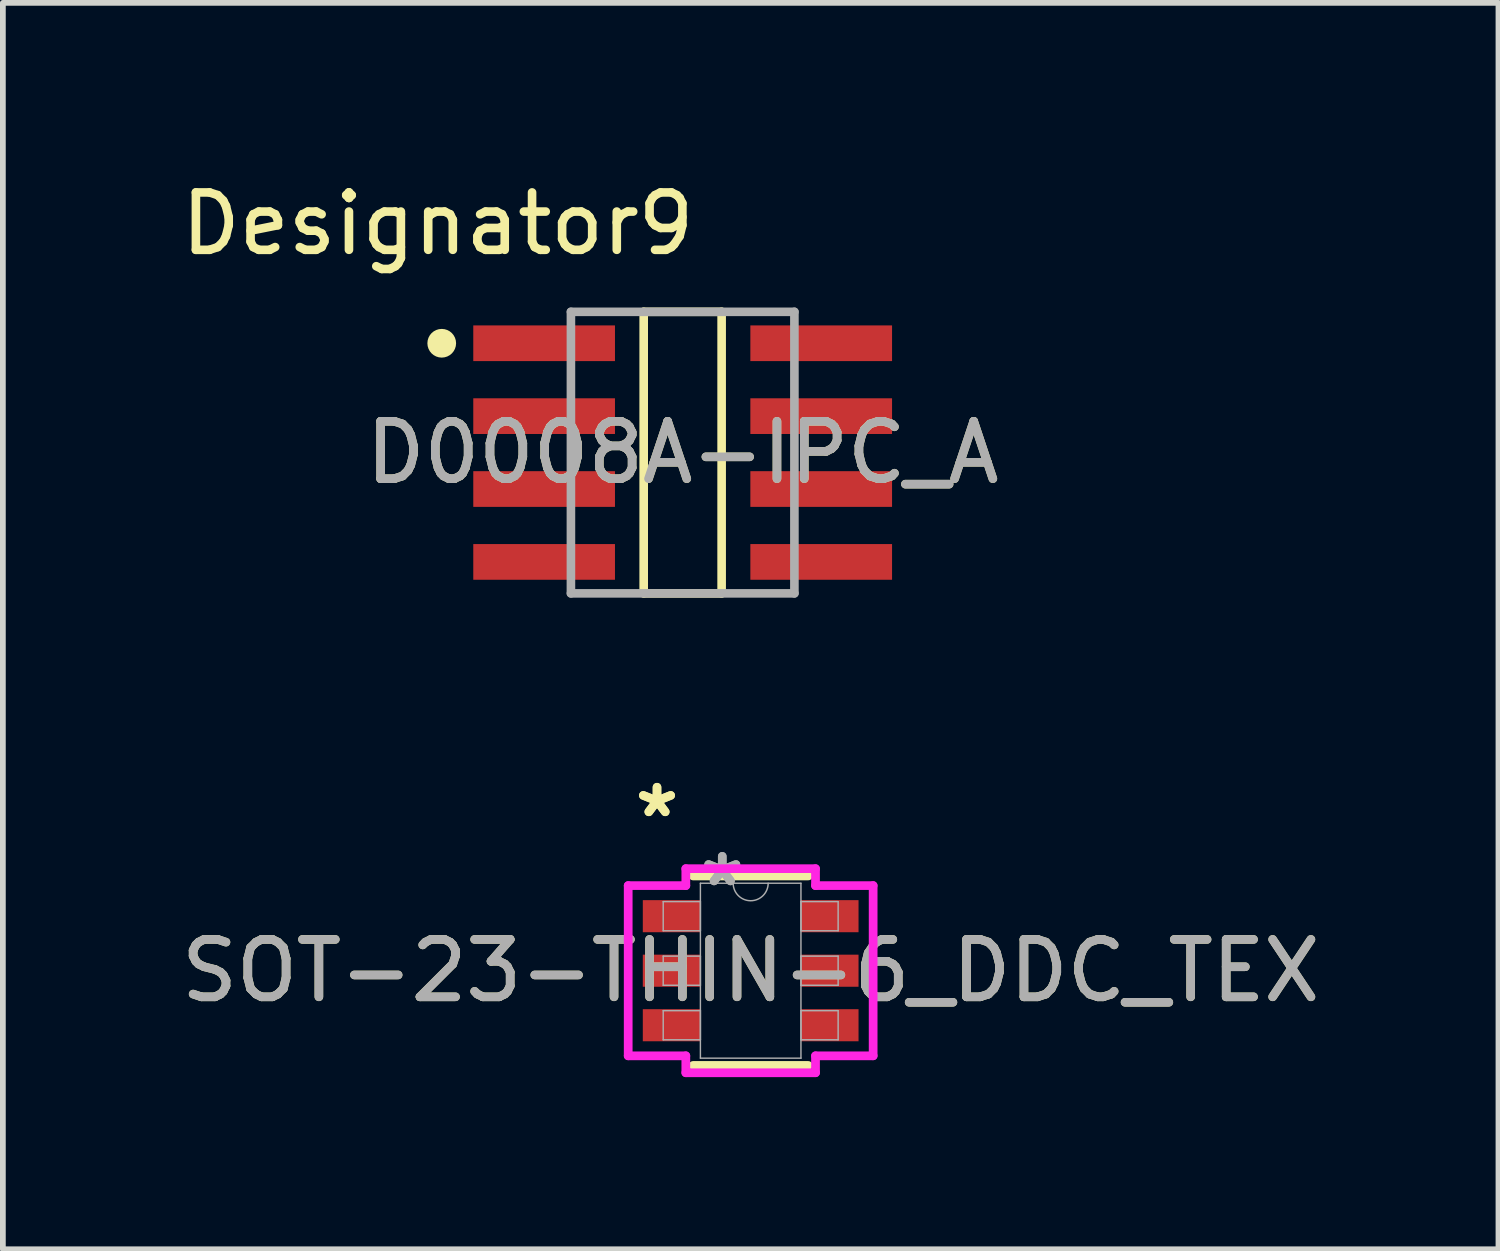
<source format=kicad_pcb>
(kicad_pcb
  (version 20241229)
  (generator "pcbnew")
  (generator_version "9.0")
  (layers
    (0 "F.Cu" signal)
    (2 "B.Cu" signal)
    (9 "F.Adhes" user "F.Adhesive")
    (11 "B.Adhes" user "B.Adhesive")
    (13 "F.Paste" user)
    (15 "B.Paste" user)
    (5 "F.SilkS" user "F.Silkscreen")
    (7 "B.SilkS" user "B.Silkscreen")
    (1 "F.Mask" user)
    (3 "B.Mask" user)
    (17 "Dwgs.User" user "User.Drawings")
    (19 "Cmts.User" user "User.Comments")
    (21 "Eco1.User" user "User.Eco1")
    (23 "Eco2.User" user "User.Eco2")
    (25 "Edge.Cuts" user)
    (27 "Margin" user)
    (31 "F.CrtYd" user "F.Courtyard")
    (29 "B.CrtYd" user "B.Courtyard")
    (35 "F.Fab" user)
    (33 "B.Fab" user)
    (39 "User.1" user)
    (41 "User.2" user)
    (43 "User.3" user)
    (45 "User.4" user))
  (footprint "SOT-23-THIN-6_DDC_TEX"
    (layer "F.Cu")
    (at 10.03 13.864)
    (property "Reference" "SOT-23-THIN-6_DDC_TEX" (at 0 0 0) (unlocked yes) (layer "F.SilkS") (effects (font (size 1 1) (thickness 0.15))))
    (attr smd)
    (fp_line (start -1.003 1.651) (end 1.003 1.651) (stroke (width 0.152) (type solid)) (layer "F.SilkS"))
    (fp_line (start 1.003 -1.651) (end -1.003 -1.651) (stroke (width 0.152) (type solid)) (layer "F.SilkS"))
    (fp_line (start -2.134 -1.483) (end -1.13 -1.483) (stroke (width 0.152) (type solid)) (layer "F.CrtYd"))
    (fp_line (start -2.134 1.483) (end -2.134 -1.483) (stroke (width 0.152) (type solid)) (layer "F.CrtYd"))
    (fp_line (start -2.134 1.483) (end -1.13 1.483) (stroke (width 0.152) (type solid)) (layer "F.CrtYd"))
    (fp_line (start -1.13 -1.778) (end 1.13 -1.778) (stroke (width 0.152) (type solid)) (layer "F.CrtYd"))
    (fp_line (start -1.13 -1.483) (end -1.13 -1.778) (stroke (width 0.152) (type solid)) (layer "F.CrtYd"))
    (fp_line (start -1.13 1.778) (end -1.13 1.483) (stroke (width 0.152) (type solid)) (layer "F.CrtYd"))
    (fp_line (start 1.13 -1.778) (end 1.13 -1.483) (stroke (width 0.152) (type solid)) (layer "F.CrtYd"))
    (fp_line (start 1.13 1.483) (end 1.13 1.778) (stroke (width 0.152) (type solid)) (layer "F.CrtYd"))
    (fp_line (start 1.13 1.778) (end -1.13 1.778) (stroke (width 0.152) (type solid)) (layer "F.CrtYd"))
    (fp_line (start 2.134 -1.483) (end 1.13 -1.483) (stroke (width 0.152) (type solid)) (layer "F.CrtYd"))
    (fp_line (start 2.134 -1.483) (end 2.134 1.483) (stroke (width 0.152) (type solid)) (layer "F.CrtYd"))
    (fp_line (start 2.134 1.483) (end 1.13 1.483) (stroke (width 0.152) (type solid)) (layer "F.CrtYd"))
    (fp_line (start -1.524 -1.204) (end -1.524 -0.696) (stroke (width 0.025) (type solid)) (layer "F.Fab"))
    (fp_line (start -1.524 -0.696) (end -0.876 -0.696) (stroke (width 0.025) (type solid)) (layer "F.Fab"))
    (fp_line (start -1.524 -0.254) (end -1.524 0.254) (stroke (width 0.025) (type solid)) (layer "F.Fab"))
    (fp_line (start -1.524 0.254) (end -0.876 0.254) (stroke (width 0.025) (type solid)) (layer "F.Fab"))
    (fp_line (start -1.524 0.696) (end -1.524 1.204) (stroke (width 0.025) (type solid)) (layer "F.Fab"))
    (fp_line (start -1.524 1.204) (end -0.876 1.204) (stroke (width 0.025) (type solid)) (layer "F.Fab"))
    (fp_line (start -0.876 -1.524) (end -0.876 1.524) (stroke (width 0.025) (type solid)) (layer "F.Fab"))
    (fp_line (start -0.876 -1.204) (end -1.524 -1.204) (stroke (width 0.025) (type solid)) (layer "F.Fab"))
    (fp_line (start -0.876 -0.696) (end -0.876 -1.204) (stroke (width 0.025) (type solid)) (layer "F.Fab"))
    (fp_line (start -0.876 -0.254) (end -1.524 -0.254) (stroke (width 0.025) (type solid)) (layer "F.Fab"))
    (fp_line (start -0.876 0.254) (end -0.876 -0.254) (stroke (width 0.025) (type solid)) (layer "F.Fab"))
    (fp_line (start -0.876 0.696) (end -1.524 0.696) (stroke (width 0.025) (type solid)) (layer "F.Fab"))
    (fp_line (start -0.876 1.204) (end -0.876 0.696) (stroke (width 0.025) (type solid)) (layer "F.Fab"))
    (fp_line (start -0.876 1.524) (end 0.876 1.524) (stroke (width 0.025) (type solid)) (layer "F.Fab"))
    (fp_line (start 0.876 -1.524) (end -0.876 -1.524) (stroke (width 0.025) (type solid)) (layer "F.Fab"))
    (fp_line (start 0.876 -1.204) (end 0.876 -0.696) (stroke (width 0.025) (type solid)) (layer "F.Fab"))
    (fp_line (start 0.876 -0.696) (end 1.524 -0.696) (stroke (width 0.025) (type solid)) (layer "F.Fab"))
    (fp_line (start 0.876 -0.254) (end 0.876 0.254) (stroke (width 0.025) (type solid)) (layer "F.Fab"))
    (fp_line (start 0.876 0.254) (end 1.524 0.254) (stroke (width 0.025) (type solid)) (layer "F.Fab"))
    (fp_line (start 0.876 0.696) (end 0.876 1.204) (stroke (width 0.025) (type solid)) (layer "F.Fab"))
    (fp_line (start 0.876 1.204) (end 1.524 1.204) (stroke (width 0.025) (type solid)) (layer "F.Fab"))
    (fp_line (start 0.876 1.524) (end 0.876 -1.524) (stroke (width 0.025) (type solid)) (layer "F.Fab"))
    (fp_line (start 1.524 -1.204) (end 0.876 -1.204) (stroke (width 0.025) (type solid)) (layer "F.Fab"))
    (fp_line (start 1.524 -0.696) (end 1.524 -1.204) (stroke (width 0.025) (type solid)) (layer "F.Fab"))
    (fp_line (start 1.524 -0.254) (end 0.876 -0.254) (stroke (width 0.025) (type solid)) (layer "F.Fab"))
    (fp_line (start 1.524 0.254) (end 1.524 -0.254) (stroke (width 0.025) (type solid)) (layer "F.Fab"))
    (fp_line (start 1.524 0.696) (end 0.876 0.696) (stroke (width 0.025) (type solid)) (layer "F.Fab"))
    (fp_line (start 1.524 1.204) (end 1.524 0.696) (stroke (width 0.025) (type solid)) (layer "F.Fab"))
    (fp_arc (start 0.3048 -1.524) (mid 0 -1.2192) (end -0.3048 -1.524) (stroke (width 0.0254) (type solid)) (layer "F.Fab"))
    (fp_text user "*" (at -1.632 -2.652 0) (unlocked yes) (layer "F.SilkS") (effects (font (size 1 1) (thickness 0.15))))
    (fp_text user "*" (at -1.632 -2.652 0) (layer "F.SilkS") (effects (font (size 1 1) (thickness 0.15))))
    (fp_text user "${REFERENCE}" (at 0 0 0) (unlocked yes) (layer "F.Fab") (effects (font (size 1 1) (thickness 0.15))))
    (fp_text user "*" (at -0.495 -1.448 0) (layer "F.Fab") (effects (font (size 1 1) (thickness 0.15))))
    (fp_text user "*" (at -0.495 -1.448 0) (unlocked yes) (layer "F.Fab") (effects (font (size 1 1) (thickness 0.15))))
    (pad "1" smd rect (at -1.378 -0.95) (size 1.003 0.559) (layers "F.Cu" "F.Mask" "F.Paste"))
    (pad "2" smd rect (at -1.378 0) (size 1.003 0.559) (layers "F.Cu" "F.Mask" "F.Paste"))
    (pad "3" smd rect (at -1.378 0.95) (size 1.003 0.559) (layers "F.Cu" "F.Mask" "F.Paste"))
    (pad "4" smd rect (at 1.378 0.95) (size 1.003 0.559) (layers "F.Cu" "F.Mask" "F.Paste"))
    (pad "5" smd rect (at 1.378 0) (size 1.003 0.559) (layers "F.Cu" "F.Mask" "F.Paste"))
    (pad "6" smd rect (at 1.378 -0.95) (size 1.003 0.559) (layers "F.Cu" "F.Mask" "F.Paste")))
  (footprint "D0008A-IPC_A"
    (layer "F.Cu")
    (at 8.845 4.836)
    (property "Reference" "D0008A-IPC_A" (at 0 0 0) (unlocked yes) (layer "F.SilkS") (effects (font (size 1 1) (thickness 0.15))))
    (attr smd)
    (fp_line (start -0.679 -2.453) (end 0.679 -2.453) (stroke (width 0.15) (type solid)) (layer "F.SilkS"))
    (fp_line (start -0.679 2.453) (end -0.679 -2.453) (stroke (width 0.15) (type solid)) (layer "F.SilkS"))
    (fp_line (start -0.679 2.453) (end 0.679 2.453) (stroke (width 0.15) (type solid)) (layer "F.SilkS"))
    (fp_line (start 0.679 2.453) (end 0.679 -2.453) (stroke (width 0.15) (type solid)) (layer "F.SilkS"))
    (fp_circle (center -4.198 -1.905) (end -4.073 -1.905) (stroke (width 0.25) (type solid)) (fill no) (layer "F.SilkS"))
    (fp_line (start -1.947 -2.453) (end 1.947 -2.453) (stroke (width 0.15) (type solid)) (layer "F.Fab"))
    (fp_line (start -1.947 2.453) (end -1.947 -2.453) (stroke (width 0.15) (type solid)) (layer "F.Fab"))
    (fp_line (start -1.947 2.453) (end 1.947 2.453) (stroke (width 0.15) (type solid)) (layer "F.Fab"))
    (fp_line (start 1.947 2.453) (end 1.947 -2.453) (stroke (width 0.15) (type solid)) (layer "F.Fab"))
    (fp_text user "Designator9" (at -4.267 -3.988 0) (unlocked yes) (layer "F.SilkS") (effects (font (size 1 1) (thickness 0.15))))
    (fp_text user "${REFERENCE}" (at 0 0 0) (unlocked yes) (layer "F.Fab") (effects (font (size 1 1) (thickness 0.15))))
    (pad "1" smd rect (at -2.414 -1.905) (size 2.469 0.622) (layers "F.Cu" "F.Mask" "F.Paste"))
    (pad "2" smd rect (at -2.414 -0.635) (size 2.469 0.622) (layers "F.Cu" "F.Mask" "F.Paste"))
    (pad "3" smd rect (at -2.414 0.635) (size 2.469 0.622) (layers "F.Cu" "F.Mask" "F.Paste"))
    (pad "4" smd rect (at -2.414 1.905) (size 2.469 0.622) (layers "F.Cu" "F.Mask" "F.Paste"))
    (pad "5" smd rect (at 2.414 1.905) (size 2.469 0.622) (layers "F.Cu" "F.Mask" "F.Paste"))
    (pad "6" smd rect (at 2.414 0.635) (size 2.469 0.622) (layers "F.Cu" "F.Mask" "F.Paste"))
    (pad "7" smd rect (at 2.414 -0.635) (size 2.469 0.622) (layers "F.Cu" "F.Mask" "F.Paste"))
    (pad "8" smd rect (at 2.414 -1.905) (size 2.469 0.622) (layers "F.Cu" "F.Mask" "F.Paste")))
  (gr_rect
    (start -3 -3)
    (end 23.06 18.718)
    (stroke (width 0.1) (type default))
    (fill no)
    (layer "Edge.Cuts")))
</source>
